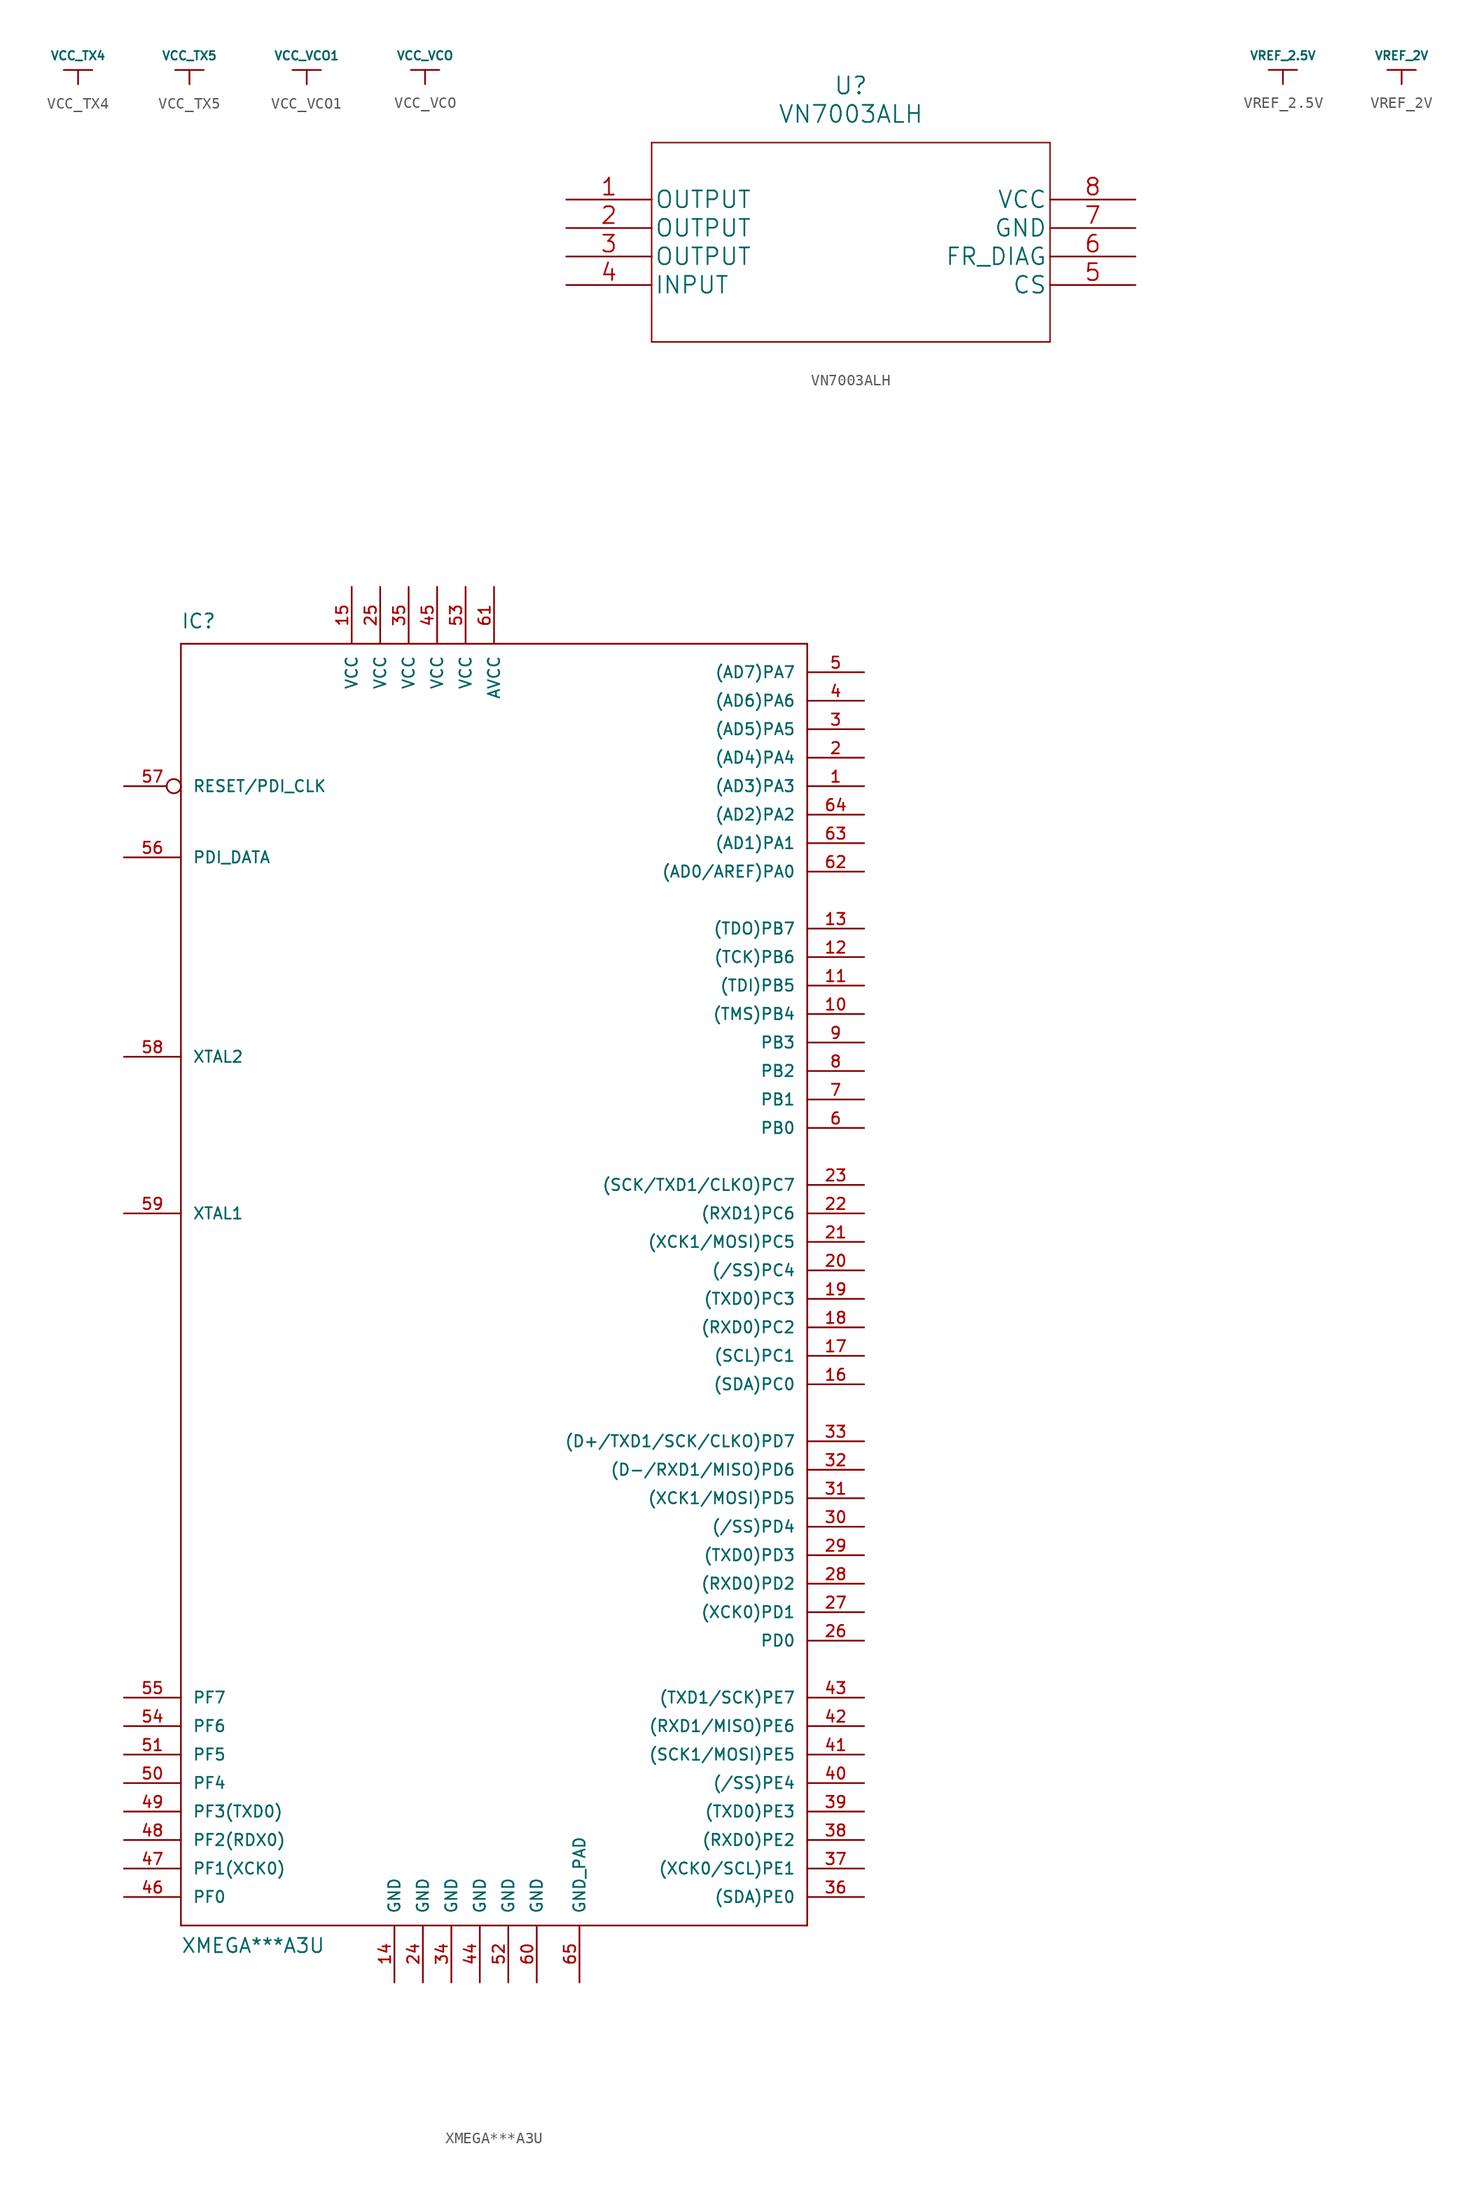
<source format=kicad_sym>
(kicad_symbol_lib
  (version 20211014)
  (generator kicad_symbol_editor)
  (symbol "VCC_TX4"
    (power)
    (pin_names
      (offset 0))
    (property "Reference" "#PWR"
      (at 0 2.54 0)
      (effects (font (size 0.762 0.762)) hide))
    (property "Value" "VCC_TX4"
      (at 0 2.54 0)
      (effects (font (size 0.762 0.762))))
    (property "Footprint" ""
      (at 0 0 0)
      (effects (font (size 1.524 1.524))))
    (property "Datasheet" ""
      (at 0 0 0)
      (effects (font (size 1.524 1.524))))
    (symbol "VCC_TX4_0_0"
      (pin power_in line (at 0 0 90) (length 0) hide (name "VCC_TX4" (effects (font (size 0.508 0.508)))) (number "1" (effects (font (size 0.508 0.508))))))
    (symbol "VCC_TX4_0_1"
      (polyline (pts (xy -1.27 1.27) (xy 1.27 1.27)) (stroke (width 0) (type default) (color 0 0 0 0)) (fill (type none)))
      (polyline (pts (xy 0 0) (xy 0 1.27)) (stroke (width 0) (type default) (color 0 0 0 0)) (fill (type none)))))
  (symbol "VCC_TX5"
    (power)
    (pin_names
      (offset 0))
    (property "Reference" "#PWR"
      (at 0 2.54 0)
      (effects (font (size 0.762 0.762)) hide))
    (property "Value" "VCC_TX5"
      (at 0 2.54 0)
      (effects (font (size 0.762 0.762))))
    (property "Footprint" ""
      (at 0 0 0)
      (effects (font (size 1.524 1.524))))
    (property "Datasheet" ""
      (at 0 0 0)
      (effects (font (size 1.524 1.524))))
    (symbol "VCC_TX5_0_0"
      (pin power_in line (at 0 0 90) (length 0) hide (name "VCC_TX5" (effects (font (size 0.508 0.508)))) (number "1" (effects (font (size 0.508 0.508))))))
    (symbol "VCC_TX5_0_1"
      (polyline (pts (xy -1.27 1.27) (xy 1.27 1.27)) (stroke (width 0) (type default) (color 0 0 0 0)) (fill (type none)))
      (polyline (pts (xy 0 0) (xy 0 1.27)) (stroke (width 0) (type default) (color 0 0 0 0)) (fill (type none)))))
  (symbol "VCC_VCO1"
    (power)
    (pin_names
      (offset 0))
    (property "Reference" "#PWR"
      (at 0 2.54 0)
      (effects (font (size 0.762 0.762)) hide))
    (property "Value" "VCC_VCO1"
      (at 0 2.54 0)
      (effects (font (size 0.762 0.762))))
    (property "Footprint" ""
      (at 0 0 0)
      (effects (font (size 1.524 1.524))))
    (property "Datasheet" ""
      (at 0 0 0)
      (effects (font (size 1.524 1.524))))
    (symbol "VCC_VCO1_0_0"
      (pin power_in line (at 0 0 90) (length 0) hide (name "VCC_TX" (effects (font (size 0.508 0.508)))) (number "1" (effects (font (size 0.508 0.508))))))
    (symbol "VCC_VCO1_0_1"
      (polyline (pts (xy -1.27 1.27) (xy 1.27 1.27)) (stroke (width 0) (type default) (color 0 0 0 0)) (fill (type none)))
      (polyline (pts (xy 0 0) (xy 0 1.27)) (stroke (width 0) (type default) (color 0 0 0 0)) (fill (type none)))))
  (symbol "VCC_VCO"
    (power)
    (pin_names
      (offset 0))
    (property "Reference" "#PWR"
      (at 0 2.54 0)
      (effects (font (size 0.762 0.762)) hide))
    (property "Value" "VCC_VCO"
      (at 0 2.54 0)
      (effects (font (size 0.762 0.762))))
    (property "Footprint" ""
      (at 0 0 0)
      (effects (font (size 1.524 1.524))))
    (property "Datasheet" ""
      (at 0 0 0)
      (effects (font (size 1.524 1.524))))
    (symbol "VCC_VCO_0_0"
      (pin power_in line (at 0 0 90) (length 0) hide (name "VCC_TX" (effects (font (size 0.508 0.508)))) (number "1" (effects (font (size 0.508 0.508))))))
    (symbol "VCC_VCO_0_1"
      (polyline (pts (xy -1.27 1.27) (xy 1.27 1.27)) (stroke (width 0) (type default) (color 0 0 0 0)) (fill (type none)))
      (polyline (pts (xy 0 0) (xy 0 1.27)) (stroke (width 0) (type default) (color 0 0 0 0)) (fill (type none)))))
  (symbol "VN7003ALH"
    (pin_names
      (offset 0.254))
    (property "Reference" "U"
      (at 0 13.97 0)
      (effects (font (size 1.524 1.524))))
    (property "Value" "VN7003ALH"
      (at 0 11.43 0)
      (effects (font (size 1.524 1.524))))
    (property "Datasheet" ""
      (at -25.4 3.81 0)
      (effects (font (size 1.524 1.524))))
    (property "ki_locked" ""
      (at 0 0 0)
      (effects (font (size 1.27 1.27))))
    (symbol "VN7003ALH_1_1"
      (polyline (pts (xy -17.78 -8.89) (xy 17.78 -8.89)) (stroke (width 0.127) (type default) (color 0 0 0 0)) (fill (type none)))
      (polyline (pts (xy -17.78 8.89) (xy -17.78 -8.89)) (stroke (width 0.127) (type default) (color 0 0 0 0)) (fill (type none)))
      (polyline (pts (xy 17.78 -8.89) (xy 17.78 8.89)) (stroke (width 0.127) (type default) (color 0 0 0 0)) (fill (type none)))
      (polyline (pts (xy 17.78 8.89) (xy -17.78 8.89)) (stroke (width 0.127) (type default) (color 0 0 0 0)) (fill (type none)))
      (pin output line (at -25.4 3.81 0) (length 7.62) (name "OUTPUT" (effects (font (size 1.499 1.499)))) (number "1" (effects (font (size 1.499 1.499)))))
      (pin output line (at -25.4 1.27 0) (length 7.62) (name "OUTPUT" (effects (font (size 1.499 1.499)))) (number "2" (effects (font (size 1.499 1.499)))))
      (pin output line (at -25.4 -1.27 0) (length 7.62) (name "OUTPUT" (effects (font (size 1.499 1.499)))) (number "3" (effects (font (size 1.499 1.499)))))
      (pin input line (at -25.4 -3.81 0) (length 7.62) (name "INPUT" (effects (font (size 1.499 1.499)))) (number "4" (effects (font (size 1.499 1.499)))))
      (pin unspecified line (at 25.4 -3.81 180) (length 7.62) (name "CS" (effects (font (size 1.499 1.499)))) (number "5" (effects (font (size 1.499 1.499)))))
      (pin unspecified line (at 25.4 -1.27 180) (length 7.62) (name "FR_DIAG" (effects (font (size 1.499 1.499)))) (number "6" (effects (font (size 1.499 1.499)))))
      (pin power_in line (at 25.4 1.27 180) (length 7.62) (name "GND" (effects (font (size 1.499 1.499)))) (number "7" (effects (font (size 1.499 1.499)))))
      (pin power_in line (at 25.4 3.81 180) (length 7.62) (name "VCC" (effects (font (size 1.499 1.499)))) (number "8" (effects (font (size 1.499 1.499)))))))
  (symbol "VREF_2.5V"
    (power)
    (pin_names
      (offset 0))
    (property "Reference" "#PWR"
      (at 0 2.54 0)
      (effects (font (size 0.762 0.762)) hide))
    (property "Value" "VREF_2.5V"
      (at 0 2.54 0)
      (effects (font (size 0.762 0.762))))
    (property "Footprint" ""
      (at 0 0 0)
      (effects (font (size 1.524 1.524))))
    (property "Datasheet" ""
      (at 0 0 0)
      (effects (font (size 1.524 1.524))))
    (symbol "VREF_2.5V_0_0"
      (pin power_in line (at 0 0 90) (length 0) hide (name "VCC_TX" (effects (font (size 0.508 0.508)))) (number "1" (effects (font (size 0.508 0.508))))))
    (symbol "VREF_2.5V_0_1"
      (polyline (pts (xy -1.27 1.27) (xy 1.27 1.27)) (stroke (width 0) (type default) (color 0 0 0 0)) (fill (type none)))
      (polyline (pts (xy 0 0) (xy 0 1.27)) (stroke (width 0) (type default) (color 0 0 0 0)) (fill (type none)))))
  (symbol "VREF_2V"
    (power)
    (pin_names
      (offset 0))
    (property "Reference" "#PWR"
      (at 0 2.54 0)
      (effects (font (size 0.762 0.762)) hide))
    (property "Value" "VREF_2V"
      (at 0 2.54 0)
      (effects (font (size 0.762 0.762))))
    (property "Footprint" ""
      (at 0 0 0)
      (effects (font (size 1.524 1.524))))
    (property "Datasheet" ""
      (at 0 0 0)
      (effects (font (size 1.524 1.524))))
    (symbol "VREF_2V_0_0"
      (pin power_in line (at 0 0 90) (length 0) hide (name "VREF_2V" (effects (font (size 0.508 0.508)))) (number "1" (effects (font (size 0.508 0.508))))))
    (symbol "VREF_2V_0_1"
      (polyline (pts (xy -1.27 1.27) (xy 1.27 1.27)) (stroke (width 0) (type default) (color 0 0 0 0)) (fill (type none)))
      (polyline (pts (xy 0 0) (xy 0 1.27)) (stroke (width 0) (type default) (color 0 0 0 0)) (fill (type none)))))
  (symbol "XMEGA***A3U"
    (pin_names
      (offset 1.016))
    (property "Reference" "IC"
      (at -27.94 54.61 0)
      (effects (font (size 1.27 1.27)) (justify left bottom)))
    (property "Value" "XMEGA***A3U"
      (at -27.94 -63.5 0)
      (effects (font (size 1.27 1.27)) (justify left bottom)))
    (property "Datasheet" ""
      (at 0 0 0)
      (effects (font (size 1.524 1.524))))
    (property "ki_locked" ""
      (at 0 0 0)
      (effects (font (size 1.27 1.27))))
    (symbol "XMEGA***A3U_1_0"
      (polyline (pts (xy -27.94 -60.96) (xy -27.94 53.34)) (stroke (width 0) (type default) (color 0 0 0 0)) (fill (type none)))
      (polyline (pts (xy -27.94 53.34) (xy 27.94 53.34)) (stroke (width 0) (type default) (color 0 0 0 0)) (fill (type none)))
      (polyline (pts (xy 27.94 -60.96) (xy -27.94 -60.96)) (stroke (width 0) (type default) (color 0 0 0 0)) (fill (type none)))
      (polyline (pts (xy 27.94 53.34) (xy 27.94 -60.96)) (stroke (width 0) (type default) (color 0 0 0 0)) (fill (type none))))
    (symbol "XMEGA***A3U_1_1"
      (pin bidirectional line (at 33.02 40.64 180) (length 5.08) (name "(AD3)PA3" (effects (font (size 1.016 1.016)))) (number "1" (effects (font (size 1.016 1.016)))))
      (pin bidirectional line (at 33.02 20.32 180) (length 5.08) (name "(TMS)PB4" (effects (font (size 1.016 1.016)))) (number "10" (effects (font (size 1.016 1.016)))))
      (pin bidirectional line (at 33.02 22.86 180) (length 5.08) (name "(TDI)PB5" (effects (font (size 1.016 1.016)))) (number "11" (effects (font (size 1.016 1.016)))))
      (pin bidirectional line (at 33.02 25.4 180) (length 5.08) (name "(TCK)PB6" (effects (font (size 1.016 1.016)))) (number "12" (effects (font (size 1.016 1.016)))))
      (pin bidirectional line (at 33.02 27.94 180) (length 5.08) (name "(TDO)PB7" (effects (font (size 1.016 1.016)))) (number "13" (effects (font (size 1.016 1.016)))))
      (pin power_in line (at -8.89 -66.04 90) (length 5.08) (name "GND" (effects (font (size 1.016 1.016)))) (number "14" (effects (font (size 1.016 1.016)))))
      (pin power_in line (at -12.7 58.42 270) (length 5.08) (name "VCC" (effects (font (size 1.016 1.016)))) (number "15" (effects (font (size 1.016 1.016)))))
      (pin output line (at 33.02 -12.7 180) (length 5.08) (name "(SDA)PC0" (effects (font (size 1.016 1.016)))) (number "16" (effects (font (size 1.016 1.016)))))
      (pin output line (at 33.02 -10.16 180) (length 5.08) (name "(SCL)PC1" (effects (font (size 1.016 1.016)))) (number "17" (effects (font (size 1.016 1.016)))))
      (pin output line (at 33.02 -7.62 180) (length 5.08) (name "(RXD0)PC2" (effects (font (size 1.016 1.016)))) (number "18" (effects (font (size 1.016 1.016)))))
      (pin output line (at 33.02 -5.08 180) (length 5.08) (name "(TXD0)PC3" (effects (font (size 1.016 1.016)))) (number "19" (effects (font (size 1.016 1.016)))))
      (pin bidirectional line (at 33.02 43.18 180) (length 5.08) (name "(AD4)PA4" (effects (font (size 1.016 1.016)))) (number "2" (effects (font (size 1.016 1.016)))))
      (pin output line (at 33.02 -2.54 180) (length 5.08) (name "(/SS)PC4" (effects (font (size 1.016 1.016)))) (number "20" (effects (font (size 1.016 1.016)))))
      (pin output line (at 33.02 0 180) (length 5.08) (name "(XCK1/MOSI)PC5" (effects (font (size 1.016 1.016)))) (number "21" (effects (font (size 1.016 1.016)))))
      (pin output line (at 33.02 2.54 180) (length 5.08) (name "(RXD1)PC6" (effects (font (size 1.016 1.016)))) (number "22" (effects (font (size 1.016 1.016)))))
      (pin output line (at 33.02 5.08 180) (length 5.08) (name "(SCK/TXD1/CLKO)PC7" (effects (font (size 1.016 1.016)))) (number "23" (effects (font (size 1.016 1.016)))))
      (pin power_in line (at -6.35 -66.04 90) (length 5.08) (name "GND" (effects (font (size 1.016 1.016)))) (number "24" (effects (font (size 1.016 1.016)))))
      (pin power_in line (at -10.16 58.42 270) (length 5.08) (name "VCC" (effects (font (size 1.016 1.016)))) (number "25" (effects (font (size 1.016 1.016)))))
      (pin bidirectional line (at 33.02 -35.56 180) (length 5.08) (name "PD0" (effects (font (size 1.016 1.016)))) (number "26" (effects (font (size 1.016 1.016)))))
      (pin bidirectional line (at 33.02 -33.02 180) (length 5.08) (name "(XCK0)PD1" (effects (font (size 1.016 1.016)))) (number "27" (effects (font (size 1.016 1.016)))))
      (pin bidirectional line (at 33.02 -30.48 180) (length 5.08) (name "(RXD0)PD2" (effects (font (size 1.016 1.016)))) (number "28" (effects (font (size 1.016 1.016)))))
      (pin bidirectional line (at 33.02 -27.94 180) (length 5.08) (name "(TXD0)PD3" (effects (font (size 1.016 1.016)))) (number "29" (effects (font (size 1.016 1.016)))))
      (pin bidirectional line (at 33.02 45.72 180) (length 5.08) (name "(AD5)PA5" (effects (font (size 1.016 1.016)))) (number "3" (effects (font (size 1.016 1.016)))))
      (pin bidirectional line (at 33.02 -25.4 180) (length 5.08) (name "(/SS)PD4" (effects (font (size 1.016 1.016)))) (number "30" (effects (font (size 1.016 1.016)))))
      (pin bidirectional line (at 33.02 -22.86 180) (length 5.08) (name "(XCK1/MOSI)PD5" (effects (font (size 1.016 1.016)))) (number "31" (effects (font (size 1.016 1.016)))))
      (pin bidirectional line (at 33.02 -20.32 180) (length 5.08) (name "(D-/RXD1/MISO)PD6" (effects (font (size 1.016 1.016)))) (number "32" (effects (font (size 1.016 1.016)))))
      (pin bidirectional line (at 33.02 -17.78 180) (length 5.08) (name "(D+/TXD1/SCK/CLKO)PD7" (effects (font (size 1.016 1.016)))) (number "33" (effects (font (size 1.016 1.016)))))
      (pin bidirectional line (at -3.81 -66.04 90) (length 5.08) (name "GND" (effects (font (size 1.016 1.016)))) (number "34" (effects (font (size 1.016 1.016)))))
      (pin power_in line (at -7.62 58.42 270) (length 5.08) (name "VCC" (effects (font (size 1.016 1.016)))) (number "35" (effects (font (size 1.016 1.016)))))
      (pin bidirectional line (at 33.02 -58.42 180) (length 5.08) (name "(SDA)PE0" (effects (font (size 1.016 1.016)))) (number "36" (effects (font (size 1.016 1.016)))))
      (pin bidirectional line (at 33.02 -55.88 180) (length 5.08) (name "(XCK0/SCL)PE1" (effects (font (size 1.016 1.016)))) (number "37" (effects (font (size 1.016 1.016)))))
      (pin bidirectional line (at 33.02 -53.34 180) (length 5.08) (name "(RXD0)PE2" (effects (font (size 1.016 1.016)))) (number "38" (effects (font (size 1.016 1.016)))))
      (pin bidirectional line (at 33.02 -50.8 180) (length 5.08) (name "(TXD0)PE3" (effects (font (size 1.016 1.016)))) (number "39" (effects (font (size 1.016 1.016)))))
      (pin bidirectional line (at 33.02 48.26 180) (length 5.08) (name "(AD6)PA6" (effects (font (size 1.016 1.016)))) (number "4" (effects (font (size 1.016 1.016)))))
      (pin bidirectional line (at 33.02 -48.26 180) (length 5.08) (name "(/SS)PE4" (effects (font (size 1.016 1.016)))) (number "40" (effects (font (size 1.016 1.016)))))
      (pin bidirectional line (at 33.02 -45.72 180) (length 5.08) (name "(SCK1/MOSI)PE5" (effects (font (size 1.016 1.016)))) (number "41" (effects (font (size 1.016 1.016)))))
      (pin bidirectional line (at 33.02 -43.18 180) (length 5.08) (name "(RXD1/MISO)PE6" (effects (font (size 1.016 1.016)))) (number "42" (effects (font (size 1.016 1.016)))))
      (pin bidirectional line (at 33.02 -40.64 180) (length 5.08) (name "(TXD1/SCK)PE7" (effects (font (size 1.016 1.016)))) (number "43" (effects (font (size 1.016 1.016)))))
      (pin power_out line (at -1.27 -66.04 90) (length 5.08) (name "GND" (effects (font (size 1.016 1.016)))) (number "44" (effects (font (size 1.016 1.016)))))
      (pin power_in line (at -5.08 58.42 270) (length 5.08) (name "VCC" (effects (font (size 1.016 1.016)))) (number "45" (effects (font (size 1.016 1.016)))))
      (pin input line (at -33.02 -58.42 0) (length 5.08) (name "PF0" (effects (font (size 1.016 1.016)))) (number "46" (effects (font (size 1.016 1.016)))))
      (pin input line (at -33.02 -55.88 0) (length 5.08) (name "PF1(XCK0)" (effects (font (size 1.016 1.016)))) (number "47" (effects (font (size 1.016 1.016)))))
      (pin input line (at -33.02 -53.34 0) (length 5.08) (name "PF2(RDX0)" (effects (font (size 1.016 1.016)))) (number "48" (effects (font (size 1.016 1.016)))))
      (pin input line (at -33.02 -50.8 0) (length 5.08) (name "PF3(TXD0)" (effects (font (size 1.016 1.016)))) (number "49" (effects (font (size 1.016 1.016)))))
      (pin bidirectional line (at 33.02 50.8 180) (length 5.08) (name "(AD7)PA7" (effects (font (size 1.016 1.016)))) (number "5" (effects (font (size 1.016 1.016)))))
      (pin input line (at -33.02 -48.26 0) (length 5.08) (name "PF4" (effects (font (size 1.016 1.016)))) (number "50" (effects (font (size 1.016 1.016)))))
      (pin input line (at -33.02 -45.72 0) (length 5.08) (name "PF5" (effects (font (size 1.016 1.016)))) (number "51" (effects (font (size 1.016 1.016)))))
      (pin power_out line (at 1.27 -66.04 90) (length 5.08) (name "GND" (effects (font (size 1.016 1.016)))) (number "52" (effects (font (size 1.016 1.016)))))
      (pin power_in line (at -2.54 58.42 270) (length 5.08) (name "VCC" (effects (font (size 1.016 1.016)))) (number "53" (effects (font (size 1.016 1.016)))))
      (pin input line (at -33.02 -43.18 0) (length 5.08) (name "PF6" (effects (font (size 1.016 1.016)))) (number "54" (effects (font (size 1.016 1.016)))))
      (pin input line (at -33.02 -40.64 0) (length 5.08) (name "PF7" (effects (font (size 1.016 1.016)))) (number "55" (effects (font (size 1.016 1.016)))))
      (pin bidirectional line (at -33.02 34.29 0) (length 5.08) (name "PDI_DATA" (effects (font (size 1.016 1.016)))) (number "56" (effects (font (size 1.016 1.016)))))
      (pin input inverted (at -33.02 40.64 0) (length 5.08) (name "RESET/PDI_CLK" (effects (font (size 1.016 1.016)))) (number "57" (effects (font (size 1.016 1.016)))))
      (pin bidirectional line (at -33.02 16.51 0) (length 5.08) (name "XTAL2" (effects (font (size 1.016 1.016)))) (number "58" (effects (font (size 1.016 1.016)))))
      (pin bidirectional line (at -33.02 2.54 0) (length 5.08) (name "XTAL1" (effects (font (size 1.016 1.016)))) (number "59" (effects (font (size 1.016 1.016)))))
      (pin bidirectional line (at 33.02 10.16 180) (length 5.08) (name "PB0" (effects (font (size 1.016 1.016)))) (number "6" (effects (font (size 1.016 1.016)))))
      (pin power_out line (at 3.81 -66.04 90) (length 5.08) (name "GND" (effects (font (size 1.016 1.016)))) (number "60" (effects (font (size 1.016 1.016)))))
      (pin bidirectional line (at 0 58.42 270) (length 5.08) (name "AVCC" (effects (font (size 1.016 1.016)))) (number "61" (effects (font (size 1.016 1.016)))))
      (pin bidirectional line (at 33.02 33.02 180) (length 5.08) (name "(AD0/AREF)PA0" (effects (font (size 1.016 1.016)))) (number "62" (effects (font (size 1.016 1.016)))))
      (pin bidirectional line (at 33.02 35.56 180) (length 5.08) (name "(AD1)PA1" (effects (font (size 1.016 1.016)))) (number "63" (effects (font (size 1.016 1.016)))))
      (pin bidirectional line (at 33.02 38.1 180) (length 5.08) (name "(AD2)PA2" (effects (font (size 1.016 1.016)))) (number "64" (effects (font (size 1.016 1.016)))))
      (pin power_out line (at 7.62 -66.04 90) (length 5.08) (name "GND_PAD" (effects (font (size 1.016 1.016)))) (number "65" (effects (font (size 1.016 1.016)))))
      (pin bidirectional line (at 33.02 12.7 180) (length 5.08) (name "PB1" (effects (font (size 1.016 1.016)))) (number "7" (effects (font (size 1.016 1.016)))))
      (pin bidirectional line (at 33.02 15.24 180) (length 5.08) (name "PB2" (effects (font (size 1.016 1.016)))) (number "8" (effects (font (size 1.016 1.016)))))
      (pin bidirectional line (at 33.02 17.78 180) (length 5.08) (name "PB3" (effects (font (size 1.016 1.016)))) (number "9" (effects (font (size 1.016 1.016))))))))
</source>
